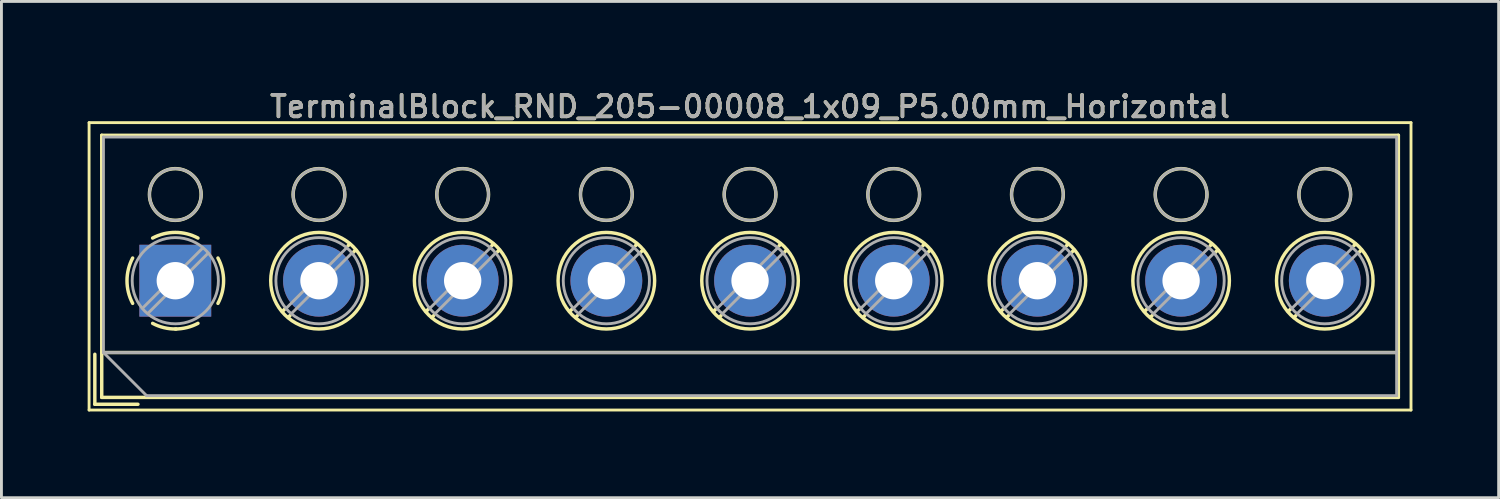
<source format=kicad_pcb>
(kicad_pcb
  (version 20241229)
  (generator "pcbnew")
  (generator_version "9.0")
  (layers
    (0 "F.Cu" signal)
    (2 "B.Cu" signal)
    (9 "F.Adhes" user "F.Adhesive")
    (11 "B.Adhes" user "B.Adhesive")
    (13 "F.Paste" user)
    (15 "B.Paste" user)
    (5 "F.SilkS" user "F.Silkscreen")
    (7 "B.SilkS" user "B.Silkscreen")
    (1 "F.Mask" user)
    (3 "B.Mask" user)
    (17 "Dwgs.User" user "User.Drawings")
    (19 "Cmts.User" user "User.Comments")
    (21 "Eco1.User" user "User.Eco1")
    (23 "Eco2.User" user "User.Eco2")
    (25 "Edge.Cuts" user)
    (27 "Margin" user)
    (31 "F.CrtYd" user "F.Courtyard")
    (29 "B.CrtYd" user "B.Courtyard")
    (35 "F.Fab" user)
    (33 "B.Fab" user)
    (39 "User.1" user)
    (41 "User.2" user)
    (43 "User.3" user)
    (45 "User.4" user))
  (footprint "TerminalBlock_RND_205-00008_1x09_P5.00mm_Horizontal"
    (layer "F.Cu")
    (at 3.05 6.718)
    (property "Reference" "TerminalBlock_RND_205-00008_1x09_P5.00mm_Horizontal" (at 20 -6.06 0) (layer "F.SilkS") (effects (font (size 0.75 0.75) (thickness 0.125))))
    (attr through_hole)
    (fp_line (start -3 -5.5) (end -3 4.5) (stroke (width 0.1) (type solid)) (layer "F.SilkS"))
    (fp_line (start -3 4.5) (end 43 4.5) (stroke (width 0.1) (type solid)) (layer "F.SilkS"))
    (fp_line (start -2.8 2.56) (end -2.8 4.3) (stroke (width 0.12) (type solid)) (layer "F.SilkS"))
    (fp_line (start -2.8 4.3) (end -1.3 4.3) (stroke (width 0.12) (type solid)) (layer "F.SilkS"))
    (fp_line (start -2.56 -5.06) (end -2.56 4.06) (stroke (width 0.12) (type solid)) (layer "F.SilkS"))
    (fp_line (start -2.56 -5.06) (end 42.56 -5.06) (stroke (width 0.12) (type solid)) (layer "F.SilkS"))
    (fp_line (start -2.56 2.5) (end 42.56 2.5) (stroke (width 0.12) (type solid)) (layer "F.SilkS"))
    (fp_line (start -2.56 4.06) (end 42.56 4.06) (stroke (width 0.12) (type solid)) (layer "F.SilkS"))
    (fp_line (start 3.82 0.976) (end 3.726 1.069) (stroke (width 0.12) (type solid)) (layer "F.SilkS"))
    (fp_line (start 3.99 1.216) (end 3.931 1.274) (stroke (width 0.12) (type solid)) (layer "F.SilkS"))
    (fp_line (start 6.07 -1.275) (end 6.011 -1.216) (stroke (width 0.12) (type solid)) (layer "F.SilkS"))
    (fp_line (start 6.275 -1.069) (end 6.181 -0.976) (stroke (width 0.12) (type solid)) (layer "F.SilkS"))
    (fp_line (start 8.82 0.976) (end 8.726 1.069) (stroke (width 0.12) (type solid)) (layer "F.SilkS"))
    (fp_line (start 8.99 1.216) (end 8.931 1.274) (stroke (width 0.12) (type solid)) (layer "F.SilkS"))
    (fp_line (start 11.07 -1.275) (end 11.011 -1.216) (stroke (width 0.12) (type solid)) (layer "F.SilkS"))
    (fp_line (start 11.275 -1.069) (end 11.181 -0.976) (stroke (width 0.12) (type solid)) (layer "F.SilkS"))
    (fp_line (start 13.82 0.976) (end 13.726 1.069) (stroke (width 0.12) (type solid)) (layer "F.SilkS"))
    (fp_line (start 13.99 1.216) (end 13.931 1.274) (stroke (width 0.12) (type solid)) (layer "F.SilkS"))
    (fp_line (start 16.07 -1.275) (end 16.011 -1.216) (stroke (width 0.12) (type solid)) (layer "F.SilkS"))
    (fp_line (start 16.275 -1.069) (end 16.181 -0.976) (stroke (width 0.12) (type solid)) (layer "F.SilkS"))
    (fp_line (start 18.82 0.976) (end 18.726 1.069) (stroke (width 0.12) (type solid)) (layer "F.SilkS"))
    (fp_line (start 18.99 1.216) (end 18.931 1.274) (stroke (width 0.12) (type solid)) (layer "F.SilkS"))
    (fp_line (start 21.07 -1.275) (end 21.011 -1.216) (stroke (width 0.12) (type solid)) (layer "F.SilkS"))
    (fp_line (start 21.275 -1.069) (end 21.181 -0.976) (stroke (width 0.12) (type solid)) (layer "F.SilkS"))
    (fp_line (start 23.82 0.976) (end 23.726 1.069) (stroke (width 0.12) (type solid)) (layer "F.SilkS"))
    (fp_line (start 23.99 1.216) (end 23.931 1.274) (stroke (width 0.12) (type solid)) (layer "F.SilkS"))
    (fp_line (start 26.07 -1.275) (end 26.011 -1.216) (stroke (width 0.12) (type solid)) (layer "F.SilkS"))
    (fp_line (start 26.275 -1.069) (end 26.181 -0.976) (stroke (width 0.12) (type solid)) (layer "F.SilkS"))
    (fp_line (start 28.82 0.976) (end 28.726 1.069) (stroke (width 0.12) (type solid)) (layer "F.SilkS"))
    (fp_line (start 28.99 1.216) (end 28.931 1.274) (stroke (width 0.12) (type solid)) (layer "F.SilkS"))
    (fp_line (start 31.07 -1.275) (end 31.011 -1.216) (stroke (width 0.12) (type solid)) (layer "F.SilkS"))
    (fp_line (start 31.275 -1.069) (end 31.181 -0.976) (stroke (width 0.12) (type solid)) (layer "F.SilkS"))
    (fp_line (start 33.82 0.976) (end 33.726 1.069) (stroke (width 0.12) (type solid)) (layer "F.SilkS"))
    (fp_line (start 33.99 1.216) (end 33.931 1.274) (stroke (width 0.12) (type solid)) (layer "F.SilkS"))
    (fp_line (start 36.07 -1.275) (end 36.011 -1.216) (stroke (width 0.12) (type solid)) (layer "F.SilkS"))
    (fp_line (start 36.275 -1.069) (end 36.181 -0.976) (stroke (width 0.12) (type solid)) (layer "F.SilkS"))
    (fp_line (start 38.82 0.976) (end 38.726 1.069) (stroke (width 0.12) (type solid)) (layer "F.SilkS"))
    (fp_line (start 38.99 1.216) (end 38.931 1.274) (stroke (width 0.12) (type solid)) (layer "F.SilkS"))
    (fp_line (start 41.07 -1.275) (end 41.011 -1.216) (stroke (width 0.12) (type solid)) (layer "F.SilkS"))
    (fp_line (start 41.275 -1.069) (end 41.181 -0.976) (stroke (width 0.12) (type solid)) (layer "F.SilkS"))
    (fp_line (start 42.56 -5.06) (end 42.56 4.06) (stroke (width 0.12) (type solid)) (layer "F.SilkS"))
    (fp_line (start 43 -5.5) (end -3 -5.5) (stroke (width 0.1) (type solid)) (layer "F.SilkS"))
    (fp_line (start 43 4.5) (end 43 -5.5) (stroke (width 0.1) (type solid)) (layer "F.SilkS"))
    (fp_arc (start -1.483953 0.789089) (mid -1.680708 0.00005) (end -1.484 -0.789) (stroke (width 0.12) (type solid)) (layer "F.SilkS"))
    (fp_arc (start -0.789089 -1.483953) (mid -0.00005 -1.680708) (end 0.789 -1.484) (stroke (width 0.12) (type solid)) (layer "F.SilkS"))
    (fp_arc (start 0.029383 1.68045) (mid -0.392304 1.634281) (end -0.789 1.484) (stroke (width 0.12) (type solid)) (layer "F.SilkS"))
    (fp_arc (start 0.788712 1.483352) (mid 0.406429 1.630097) (end 0 1.68) (stroke (width 0.12) (type solid)) (layer "F.SilkS"))
    (fp_arc (start 1.483953 -0.789089) (mid 1.680708 -0.00005) (end 1.484 0.789) (stroke (width 0.12) (type solid)) (layer "F.SilkS"))
    (fp_circle (center 0 -3) (end 0.9 -3) (stroke (width 0.12) (type solid)) (fill no) (layer "F.SilkS"))
    (fp_circle (center 5 -3) (end 5.9 -3) (stroke (width 0.12) (type solid)) (fill no) (layer "F.SilkS"))
    (fp_circle (center 5 0) (end 6.68 0) (stroke (width 0.12) (type solid)) (fill no) (layer "F.SilkS"))
    (fp_circle (center 10 -3) (end 10.9 -3) (stroke (width 0.12) (type solid)) (fill no) (layer "F.SilkS"))
    (fp_circle (center 10 0) (end 11.68 0) (stroke (width 0.12) (type solid)) (fill no) (layer "F.SilkS"))
    (fp_circle (center 15 -3) (end 15.9 -3) (stroke (width 0.12) (type solid)) (fill no) (layer "F.SilkS"))
    (fp_circle (center 15 0) (end 16.68 0) (stroke (width 0.12) (type solid)) (fill no) (layer "F.SilkS"))
    (fp_circle (center 20 -3) (end 20.9 -3) (stroke (width 0.12) (type solid)) (fill no) (layer "F.SilkS"))
    (fp_circle (center 20 0) (end 21.68 0) (stroke (width 0.12) (type solid)) (fill no) (layer "F.SilkS"))
    (fp_circle (center 25 -3) (end 25.9 -3) (stroke (width 0.12) (type solid)) (fill no) (layer "F.SilkS"))
    (fp_circle (center 25 0) (end 26.68 0) (stroke (width 0.12) (type solid)) (fill no) (layer "F.SilkS"))
    (fp_circle (center 30 -3) (end 30.9 -3) (stroke (width 0.12) (type solid)) (fill no) (layer "F.SilkS"))
    (fp_circle (center 30 0) (end 31.68 0) (stroke (width 0.12) (type solid)) (fill no) (layer "F.SilkS"))
    (fp_circle (center 35 -3) (end 35.9 -3) (stroke (width 0.12) (type solid)) (fill no) (layer "F.SilkS"))
    (fp_circle (center 35 0) (end 36.68 0) (stroke (width 0.12) (type solid)) (fill no) (layer "F.SilkS"))
    (fp_circle (center 40 -3) (end 40.9 -3) (stroke (width 0.12) (type solid)) (fill no) (layer "F.SilkS"))
    (fp_circle (center 40 0) (end 41.68 0) (stroke (width 0.12) (type solid)) (fill no) (layer "F.SilkS"))
    (fp_line (start -2.5 -5) (end 42.5 -5) (stroke (width 0.1) (type solid)) (layer "F.Fab"))
    (fp_line (start -2.5 2.5) (end -2.5 -5) (stroke (width 0.1) (type solid)) (layer "F.Fab"))
    (fp_line (start -2.5 2.5) (end 42.5 2.5) (stroke (width 0.1) (type solid)) (layer "F.Fab"))
    (fp_line (start -1 4) (end -2.5 2.5) (stroke (width 0.1) (type solid)) (layer "F.Fab"))
    (fp_line (start 0.955 -1.138) (end -1.138 0.955) (stroke (width 0.1) (type solid)) (layer "F.Fab"))
    (fp_line (start 1.138 -0.955) (end -0.955 1.138) (stroke (width 0.1) (type solid)) (layer "F.Fab"))
    (fp_line (start 5.955 -1.138) (end 3.863 0.955) (stroke (width 0.1) (type solid)) (layer "F.Fab"))
    (fp_line (start 6.138 -0.955) (end 4.046 1.138) (stroke (width 0.1) (type solid)) (layer "F.Fab"))
    (fp_line (start 10.955 -1.138) (end 8.863 0.955) (stroke (width 0.1) (type solid)) (layer "F.Fab"))
    (fp_line (start 11.138 -0.955) (end 9.046 1.138) (stroke (width 0.1) (type solid)) (layer "F.Fab"))
    (fp_line (start 15.955 -1.138) (end 13.863 0.955) (stroke (width 0.1) (type solid)) (layer "F.Fab"))
    (fp_line (start 16.138 -0.955) (end 14.046 1.138) (stroke (width 0.1) (type solid)) (layer "F.Fab"))
    (fp_line (start 20.955 -1.138) (end 18.863 0.955) (stroke (width 0.1) (type solid)) (layer "F.Fab"))
    (fp_line (start 21.138 -0.955) (end 19.046 1.138) (stroke (width 0.1) (type solid)) (layer "F.Fab"))
    (fp_line (start 25.955 -1.138) (end 23.863 0.955) (stroke (width 0.1) (type solid)) (layer "F.Fab"))
    (fp_line (start 26.138 -0.955) (end 24.046 1.138) (stroke (width 0.1) (type solid)) (layer "F.Fab"))
    (fp_line (start 30.955 -1.138) (end 28.863 0.955) (stroke (width 0.1) (type solid)) (layer "F.Fab"))
    (fp_line (start 31.138 -0.955) (end 29.046 1.138) (stroke (width 0.1) (type solid)) (layer "F.Fab"))
    (fp_line (start 35.955 -1.138) (end 33.863 0.955) (stroke (width 0.1) (type solid)) (layer "F.Fab"))
    (fp_line (start 36.138 -0.955) (end 34.046 1.138) (stroke (width 0.1) (type solid)) (layer "F.Fab"))
    (fp_line (start 40.955 -1.138) (end 38.863 0.955) (stroke (width 0.1) (type solid)) (layer "F.Fab"))
    (fp_line (start 41.138 -0.955) (end 39.046 1.138) (stroke (width 0.1) (type solid)) (layer "F.Fab"))
    (fp_line (start 42.5 -5) (end 42.5 4) (stroke (width 0.1) (type solid)) (layer "F.Fab"))
    (fp_line (start 42.5 4) (end -1 4) (stroke (width 0.1) (type solid)) (layer "F.Fab"))
    (fp_circle (center 0 -3) (end 0.9 -3) (stroke (width 0.1) (type solid)) (fill no) (layer "F.Fab"))
    (fp_circle (center 0 0) (end 1.5 0) (stroke (width 0.1) (type solid)) (fill no) (layer "F.Fab"))
    (fp_circle (center 5 -3) (end 5.9 -3) (stroke (width 0.1) (type solid)) (fill no) (layer "F.Fab"))
    (fp_circle (center 5 0) (end 6.5 0) (stroke (width 0.1) (type solid)) (fill no) (layer "F.Fab"))
    (fp_circle (center 10 -3) (end 10.9 -3) (stroke (width 0.1) (type solid)) (fill no) (layer "F.Fab"))
    (fp_circle (center 10 0) (end 11.5 0) (stroke (width 0.1) (type solid)) (fill no) (layer "F.Fab"))
    (fp_circle (center 15 -3) (end 15.9 -3) (stroke (width 0.1) (type solid)) (fill no) (layer "F.Fab"))
    (fp_circle (center 15 0) (end 16.5 0) (stroke (width 0.1) (type solid)) (fill no) (layer "F.Fab"))
    (fp_circle (center 20 -3) (end 20.9 -3) (stroke (width 0.1) (type solid)) (fill no) (layer "F.Fab"))
    (fp_circle (center 20 0) (end 21.5 0) (stroke (width 0.1) (type solid)) (fill no) (layer "F.Fab"))
    (fp_circle (center 25 -3) (end 25.9 -3) (stroke (width 0.1) (type solid)) (fill no) (layer "F.Fab"))
    (fp_circle (center 25 0) (end 26.5 0) (stroke (width 0.1) (type solid)) (fill no) (layer "F.Fab"))
    (fp_circle (center 30 -3) (end 30.9 -3) (stroke (width 0.1) (type solid)) (fill no) (layer "F.Fab"))
    (fp_circle (center 30 0) (end 31.5 0) (stroke (width 0.1) (type solid)) (fill no) (layer "F.Fab"))
    (fp_circle (center 35 -3) (end 35.9 -3) (stroke (width 0.1) (type solid)) (fill no) (layer "F.Fab"))
    (fp_circle (center 35 0) (end 36.5 0) (stroke (width 0.1) (type solid)) (fill no) (layer "F.Fab"))
    (fp_circle (center 40 -3) (end 40.9 -3) (stroke (width 0.1) (type solid)) (fill no) (layer "F.Fab"))
    (fp_circle (center 40 0) (end 41.5 0) (stroke (width 0.1) (type solid)) (fill no) (layer "F.Fab"))
    (fp_text user "${REFERENCE}" (at 20 -6.06 0) (layer "F.Fab") (effects (font (size 0.75 0.75) (thickness 0.125))))
    (pad "1" thru_hole rect (at 0 0) (size 2.5 2.5) (drill 1.3) (layers "*.Cu" "*.Mask"))
    (pad "2" thru_hole circle (at 5 0) (size 2.5 2.5) (drill 1.3) (layers "*.Cu" "*.Mask"))
    (pad "3" thru_hole circle (at 10 0) (size 2.5 2.5) (drill 1.3) (layers "*.Cu" "*.Mask"))
    (pad "4" thru_hole circle (at 15 0) (size 2.5 2.5) (drill 1.3) (layers "*.Cu" "*.Mask"))
    (pad "5" thru_hole circle (at 20 0) (size 2.5 2.5) (drill 1.3) (layers "*.Cu" "*.Mask"))
    (pad "6" thru_hole circle (at 25 0) (size 2.5 2.5) (drill 1.3) (layers "*.Cu" "*.Mask"))
    (pad "7" thru_hole circle (at 30 0) (size 2.5 2.5) (drill 1.3) (layers "*.Cu" "*.Mask"))
    (pad "8" thru_hole circle (at 35 0) (size 2.5 2.5) (drill 1.3) (layers "*.Cu" "*.Mask"))
    (pad "9" thru_hole circle (at 40 0) (size 2.5 2.5) (drill 1.3) (layers "*.Cu" "*.Mask")))
  (gr_rect
    (start -3 -3)
    (end 49.1 14.268)
    (stroke (width 0.1) (type default))
    (fill no)
    (layer "Edge.Cuts")))
</source>
